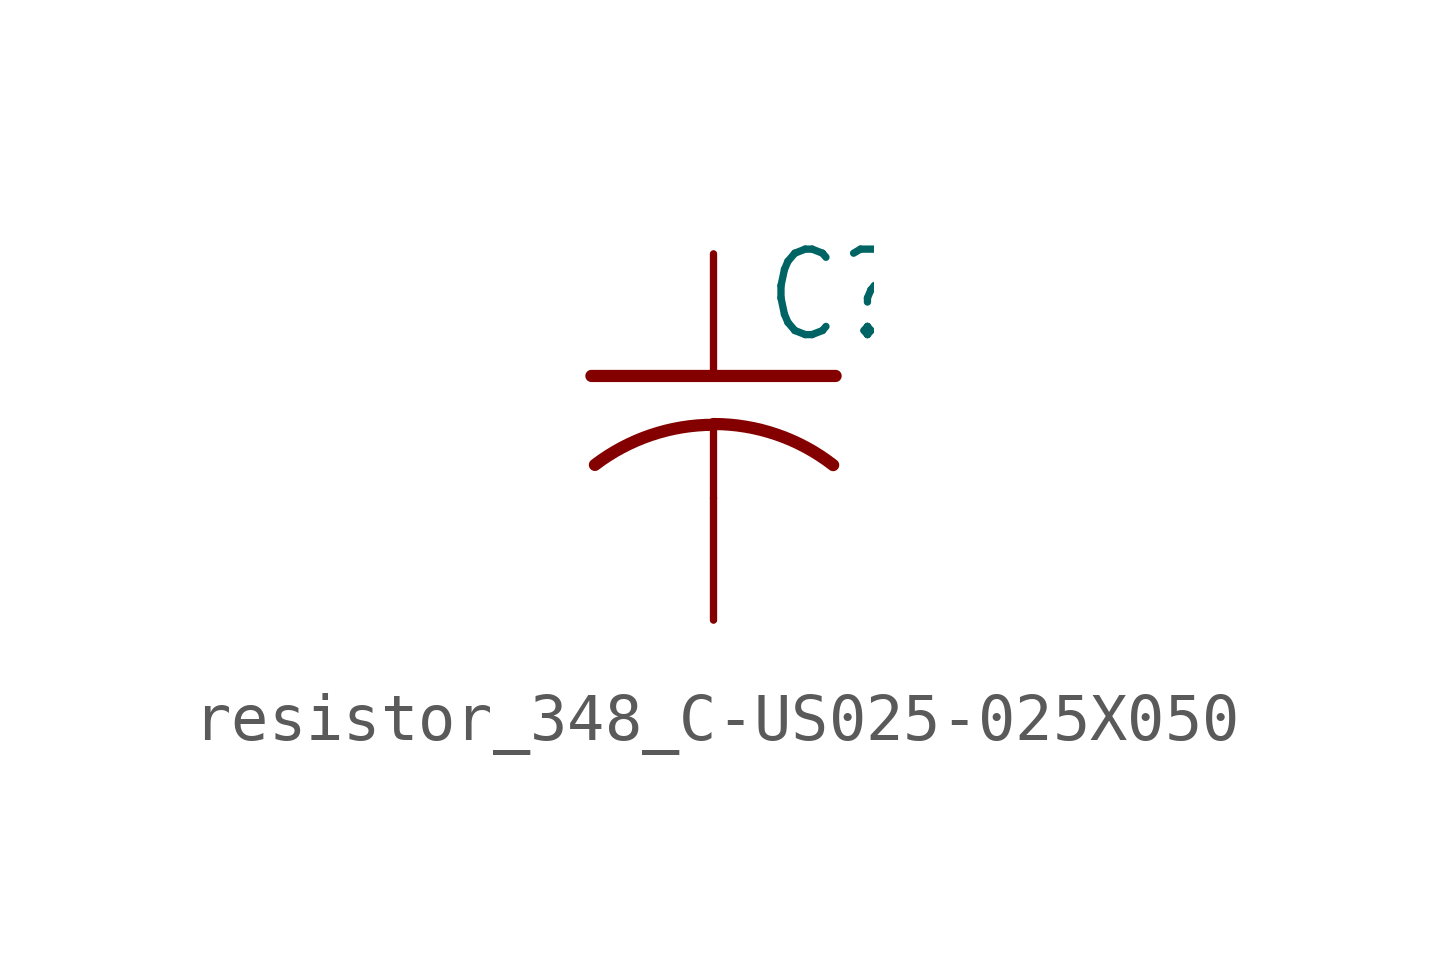
<source format=kicad_sym>
(kicad_symbol_lib
  (version 20241209)
  (generator "kicad_symbol_editor")
  (generator_version "9.0")
  (symbol "resistor_348_C-US025-025X050"
    (property "Reference" "C"
      (at 1.016 0.635 0)
      (effects (font (size 1.778 1.511)) (justify left bottom)))
    (property "Value" ""
      (at 1.016 -4.191 0)
      (effects (font (size 1.778 1.511)) (justify left bottom)))
    (property "ki_locked" ""
      (at 0 0 0)
      (effects (font (size 1.27 1.27))))
    (symbol "resistor_348_C-US025-025X050_1_0"
      (polyline (pts (xy -2.54 0) (xy 2.54 0)) (stroke (width 0.254) (type solid)) (fill (type none)))
      (polyline (pts (xy 0 -1.016) (xy 0 -2.54)) (stroke (width 0.152) (type solid)) (fill (type none)))
      (arc (start 0 -1) (mid 1.3158 -1.2195) (end 2.4892 -1.8541) (stroke (width 0.254) (type solid)) (fill (type none)))
      (arc (start -2.4668 -1.8504) (mid -1.302 -1.2303) (end 0 -1.0161) (stroke (width 0.254) (type solid)) (fill (type none)))
      (pin passive line (at 0 2.54 270) (length 2.54) (name "1" (effects (font (size 0 0)))) (number "1" (effects (font (size 0 0)))))
      (pin passive line (at 0 -5.08 90) (length 2.54) (name "2" (effects (font (size 0 0)))) (number "2" (effects (font (size 0 0))))))))
</source>
